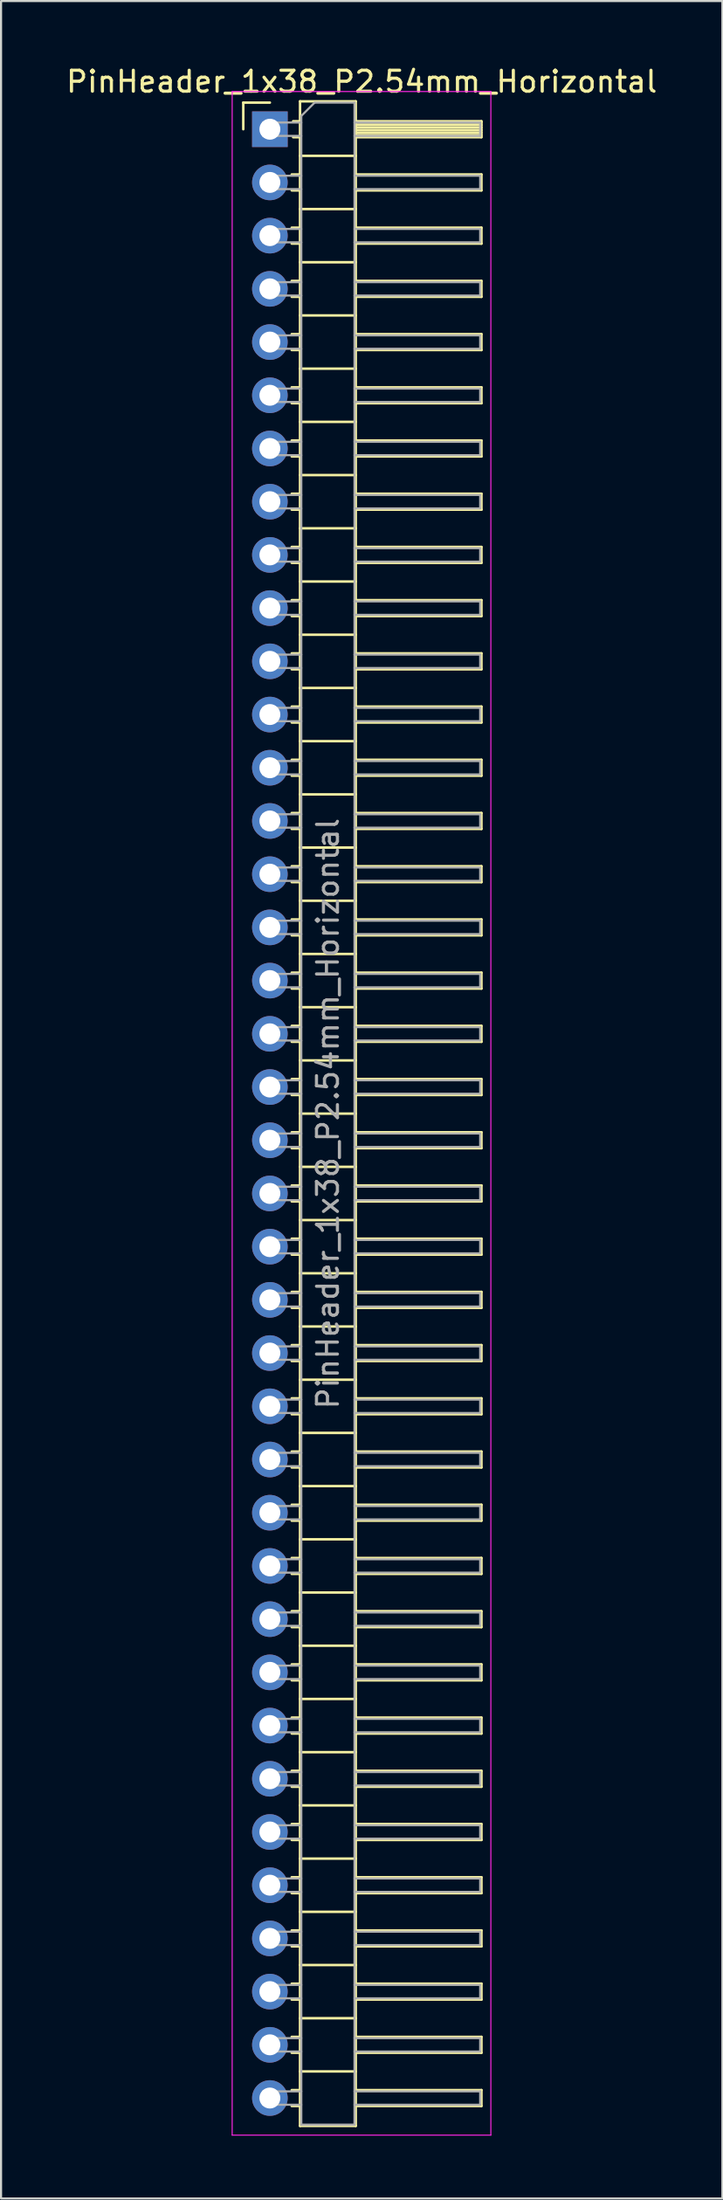
<source format=kicad_pcb>
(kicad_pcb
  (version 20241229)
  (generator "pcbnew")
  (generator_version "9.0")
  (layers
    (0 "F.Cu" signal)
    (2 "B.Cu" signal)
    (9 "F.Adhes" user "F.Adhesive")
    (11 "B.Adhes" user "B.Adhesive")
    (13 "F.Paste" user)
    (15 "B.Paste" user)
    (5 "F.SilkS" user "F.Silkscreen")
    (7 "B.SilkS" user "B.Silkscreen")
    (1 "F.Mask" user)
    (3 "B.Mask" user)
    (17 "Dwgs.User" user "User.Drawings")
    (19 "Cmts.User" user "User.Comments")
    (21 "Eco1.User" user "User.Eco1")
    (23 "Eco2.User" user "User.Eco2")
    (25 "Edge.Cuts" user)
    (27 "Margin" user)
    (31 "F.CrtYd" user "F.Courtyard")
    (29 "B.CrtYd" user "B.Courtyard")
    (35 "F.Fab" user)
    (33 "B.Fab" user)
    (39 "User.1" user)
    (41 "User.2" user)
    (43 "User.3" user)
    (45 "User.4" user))
  (footprint "PinHeader_1x38_P2.54mm_Horizontal"
    (layer "F.Cu")
    (at 9.835 3.118)
    (property "Reference" "PinHeader_1x38_P2.54mm_Horizontal" (at 4.385 -2.27 0) (layer "F.SilkS") (effects (font (size 1 1) (thickness 0.15))))
    (attr through_hole)
    (fp_line (start -1.27 -1.27) (end 0 -1.27) (stroke (width 0.12) (type solid)) (layer "F.SilkS"))
    (fp_line (start -1.27 0) (end -1.27 -1.27) (stroke (width 0.12) (type solid)) (layer "F.SilkS"))
    (fp_line (start 1.043 2.16) (end 1.44 2.16) (stroke (width 0.12) (type solid)) (layer "F.SilkS"))
    (fp_line (start 1.043 2.92) (end 1.44 2.92) (stroke (width 0.12) (type solid)) (layer "F.SilkS"))
    (fp_line (start 1.043 4.7) (end 1.44 4.7) (stroke (width 0.12) (type solid)) (layer "F.SilkS"))
    (fp_line (start 1.043 5.46) (end 1.44 5.46) (stroke (width 0.12) (type solid)) (layer "F.SilkS"))
    (fp_line (start 1.043 7.24) (end 1.44 7.24) (stroke (width 0.12) (type solid)) (layer "F.SilkS"))
    (fp_line (start 1.043 8) (end 1.44 8) (stroke (width 0.12) (type solid)) (layer "F.SilkS"))
    (fp_line (start 1.043 9.78) (end 1.44 9.78) (stroke (width 0.12) (type solid)) (layer "F.SilkS"))
    (fp_line (start 1.043 10.54) (end 1.44 10.54) (stroke (width 0.12) (type solid)) (layer "F.SilkS"))
    (fp_line (start 1.043 12.32) (end 1.44 12.32) (stroke (width 0.12) (type solid)) (layer "F.SilkS"))
    (fp_line (start 1.043 13.08) (end 1.44 13.08) (stroke (width 0.12) (type solid)) (layer "F.SilkS"))
    (fp_line (start 1.043 14.86) (end 1.44 14.86) (stroke (width 0.12) (type solid)) (layer "F.SilkS"))
    (fp_line (start 1.043 15.62) (end 1.44 15.62) (stroke (width 0.12) (type solid)) (layer "F.SilkS"))
    (fp_line (start 1.043 17.4) (end 1.44 17.4) (stroke (width 0.12) (type solid)) (layer "F.SilkS"))
    (fp_line (start 1.043 18.16) (end 1.44 18.16) (stroke (width 0.12) (type solid)) (layer "F.SilkS"))
    (fp_line (start 1.043 19.94) (end 1.44 19.94) (stroke (width 0.12) (type solid)) (layer "F.SilkS"))
    (fp_line (start 1.043 20.7) (end 1.44 20.7) (stroke (width 0.12) (type solid)) (layer "F.SilkS"))
    (fp_line (start 1.043 22.48) (end 1.44 22.48) (stroke (width 0.12) (type solid)) (layer "F.SilkS"))
    (fp_line (start 1.043 23.24) (end 1.44 23.24) (stroke (width 0.12) (type solid)) (layer "F.SilkS"))
    (fp_line (start 1.043 25.02) (end 1.44 25.02) (stroke (width 0.12) (type solid)) (layer "F.SilkS"))
    (fp_line (start 1.043 25.78) (end 1.44 25.78) (stroke (width 0.12) (type solid)) (layer "F.SilkS"))
    (fp_line (start 1.043 27.56) (end 1.44 27.56) (stroke (width 0.12) (type solid)) (layer "F.SilkS"))
    (fp_line (start 1.043 28.32) (end 1.44 28.32) (stroke (width 0.12) (type solid)) (layer "F.SilkS"))
    (fp_line (start 1.043 30.1) (end 1.44 30.1) (stroke (width 0.12) (type solid)) (layer "F.SilkS"))
    (fp_line (start 1.043 30.86) (end 1.44 30.86) (stroke (width 0.12) (type solid)) (layer "F.SilkS"))
    (fp_line (start 1.043 32.64) (end 1.44 32.64) (stroke (width 0.12) (type solid)) (layer "F.SilkS"))
    (fp_line (start 1.043 33.4) (end 1.44 33.4) (stroke (width 0.12) (type solid)) (layer "F.SilkS"))
    (fp_line (start 1.043 35.18) (end 1.44 35.18) (stroke (width 0.12) (type solid)) (layer "F.SilkS"))
    (fp_line (start 1.043 35.94) (end 1.44 35.94) (stroke (width 0.12) (type solid)) (layer "F.SilkS"))
    (fp_line (start 1.043 37.72) (end 1.44 37.72) (stroke (width 0.12) (type solid)) (layer "F.SilkS"))
    (fp_line (start 1.043 38.48) (end 1.44 38.48) (stroke (width 0.12) (type solid)) (layer "F.SilkS"))
    (fp_line (start 1.043 40.26) (end 1.44 40.26) (stroke (width 0.12) (type solid)) (layer "F.SilkS"))
    (fp_line (start 1.043 41.02) (end 1.44 41.02) (stroke (width 0.12) (type solid)) (layer "F.SilkS"))
    (fp_line (start 1.043 42.8) (end 1.44 42.8) (stroke (width 0.12) (type solid)) (layer "F.SilkS"))
    (fp_line (start 1.043 43.56) (end 1.44 43.56) (stroke (width 0.12) (type solid)) (layer "F.SilkS"))
    (fp_line (start 1.043 45.34) (end 1.44 45.34) (stroke (width 0.12) (type solid)) (layer "F.SilkS"))
    (fp_line (start 1.043 46.1) (end 1.44 46.1) (stroke (width 0.12) (type solid)) (layer "F.SilkS"))
    (fp_line (start 1.043 47.88) (end 1.44 47.88) (stroke (width 0.12) (type solid)) (layer "F.SilkS"))
    (fp_line (start 1.043 48.64) (end 1.44 48.64) (stroke (width 0.12) (type solid)) (layer "F.SilkS"))
    (fp_line (start 1.043 50.42) (end 1.44 50.42) (stroke (width 0.12) (type solid)) (layer "F.SilkS"))
    (fp_line (start 1.043 51.18) (end 1.44 51.18) (stroke (width 0.12) (type solid)) (layer "F.SilkS"))
    (fp_line (start 1.043 52.96) (end 1.44 52.96) (stroke (width 0.12) (type solid)) (layer "F.SilkS"))
    (fp_line (start 1.043 53.72) (end 1.44 53.72) (stroke (width 0.12) (type solid)) (layer "F.SilkS"))
    (fp_line (start 1.043 55.5) (end 1.44 55.5) (stroke (width 0.12) (type solid)) (layer "F.SilkS"))
    (fp_line (start 1.043 56.26) (end 1.44 56.26) (stroke (width 0.12) (type solid)) (layer "F.SilkS"))
    (fp_line (start 1.043 58.04) (end 1.44 58.04) (stroke (width 0.12) (type solid)) (layer "F.SilkS"))
    (fp_line (start 1.043 58.8) (end 1.44 58.8) (stroke (width 0.12) (type solid)) (layer "F.SilkS"))
    (fp_line (start 1.043 60.58) (end 1.44 60.58) (stroke (width 0.12) (type solid)) (layer "F.SilkS"))
    (fp_line (start 1.043 61.34) (end 1.44 61.34) (stroke (width 0.12) (type solid)) (layer "F.SilkS"))
    (fp_line (start 1.043 63.12) (end 1.44 63.12) (stroke (width 0.12) (type solid)) (layer "F.SilkS"))
    (fp_line (start 1.043 63.88) (end 1.44 63.88) (stroke (width 0.12) (type solid)) (layer "F.SilkS"))
    (fp_line (start 1.043 65.66) (end 1.44 65.66) (stroke (width 0.12) (type solid)) (layer "F.SilkS"))
    (fp_line (start 1.043 66.42) (end 1.44 66.42) (stroke (width 0.12) (type solid)) (layer "F.SilkS"))
    (fp_line (start 1.043 68.2) (end 1.44 68.2) (stroke (width 0.12) (type solid)) (layer "F.SilkS"))
    (fp_line (start 1.043 68.96) (end 1.44 68.96) (stroke (width 0.12) (type solid)) (layer "F.SilkS"))
    (fp_line (start 1.043 70.74) (end 1.44 70.74) (stroke (width 0.12) (type solid)) (layer "F.SilkS"))
    (fp_line (start 1.043 71.5) (end 1.44 71.5) (stroke (width 0.12) (type solid)) (layer "F.SilkS"))
    (fp_line (start 1.043 73.28) (end 1.44 73.28) (stroke (width 0.12) (type solid)) (layer "F.SilkS"))
    (fp_line (start 1.043 74.04) (end 1.44 74.04) (stroke (width 0.12) (type solid)) (layer "F.SilkS"))
    (fp_line (start 1.043 75.82) (end 1.44 75.82) (stroke (width 0.12) (type solid)) (layer "F.SilkS"))
    (fp_line (start 1.043 76.58) (end 1.44 76.58) (stroke (width 0.12) (type solid)) (layer "F.SilkS"))
    (fp_line (start 1.043 78.36) (end 1.44 78.36) (stroke (width 0.12) (type solid)) (layer "F.SilkS"))
    (fp_line (start 1.043 79.12) (end 1.44 79.12) (stroke (width 0.12) (type solid)) (layer "F.SilkS"))
    (fp_line (start 1.043 80.9) (end 1.44 80.9) (stroke (width 0.12) (type solid)) (layer "F.SilkS"))
    (fp_line (start 1.043 81.66) (end 1.44 81.66) (stroke (width 0.12) (type solid)) (layer "F.SilkS"))
    (fp_line (start 1.043 83.44) (end 1.44 83.44) (stroke (width 0.12) (type solid)) (layer "F.SilkS"))
    (fp_line (start 1.043 84.2) (end 1.44 84.2) (stroke (width 0.12) (type solid)) (layer "F.SilkS"))
    (fp_line (start 1.043 85.98) (end 1.44 85.98) (stroke (width 0.12) (type solid)) (layer "F.SilkS"))
    (fp_line (start 1.043 86.74) (end 1.44 86.74) (stroke (width 0.12) (type solid)) (layer "F.SilkS"))
    (fp_line (start 1.043 88.52) (end 1.44 88.52) (stroke (width 0.12) (type solid)) (layer "F.SilkS"))
    (fp_line (start 1.043 89.28) (end 1.44 89.28) (stroke (width 0.12) (type solid)) (layer "F.SilkS"))
    (fp_line (start 1.043 91.06) (end 1.44 91.06) (stroke (width 0.12) (type solid)) (layer "F.SilkS"))
    (fp_line (start 1.043 91.82) (end 1.44 91.82) (stroke (width 0.12) (type solid)) (layer "F.SilkS"))
    (fp_line (start 1.043 93.6) (end 1.44 93.6) (stroke (width 0.12) (type solid)) (layer "F.SilkS"))
    (fp_line (start 1.043 94.36) (end 1.44 94.36) (stroke (width 0.12) (type solid)) (layer "F.SilkS"))
    (fp_line (start 1.11 -0.38) (end 1.44 -0.38) (stroke (width 0.12) (type solid)) (layer "F.SilkS"))
    (fp_line (start 1.11 0.38) (end 1.44 0.38) (stroke (width 0.12) (type solid)) (layer "F.SilkS"))
    (fp_line (start 1.44 -1.33) (end 1.44 95.31) (stroke (width 0.12) (type solid)) (layer "F.SilkS"))
    (fp_line (start 1.44 1.27) (end 4.1 1.27) (stroke (width 0.12) (type solid)) (layer "F.SilkS"))
    (fp_line (start 1.44 3.81) (end 4.1 3.81) (stroke (width 0.12) (type solid)) (layer "F.SilkS"))
    (fp_line (start 1.44 6.35) (end 4.1 6.35) (stroke (width 0.12) (type solid)) (layer "F.SilkS"))
    (fp_line (start 1.44 8.89) (end 4.1 8.89) (stroke (width 0.12) (type solid)) (layer "F.SilkS"))
    (fp_line (start 1.44 11.43) (end 4.1 11.43) (stroke (width 0.12) (type solid)) (layer "F.SilkS"))
    (fp_line (start 1.44 13.97) (end 4.1 13.97) (stroke (width 0.12) (type solid)) (layer "F.SilkS"))
    (fp_line (start 1.44 16.51) (end 4.1 16.51) (stroke (width 0.12) (type solid)) (layer "F.SilkS"))
    (fp_line (start 1.44 19.05) (end 4.1 19.05) (stroke (width 0.12) (type solid)) (layer "F.SilkS"))
    (fp_line (start 1.44 21.59) (end 4.1 21.59) (stroke (width 0.12) (type solid)) (layer "F.SilkS"))
    (fp_line (start 1.44 24.13) (end 4.1 24.13) (stroke (width 0.12) (type solid)) (layer "F.SilkS"))
    (fp_line (start 1.44 26.67) (end 4.1 26.67) (stroke (width 0.12) (type solid)) (layer "F.SilkS"))
    (fp_line (start 1.44 29.21) (end 4.1 29.21) (stroke (width 0.12) (type solid)) (layer "F.SilkS"))
    (fp_line (start 1.44 31.75) (end 4.1 31.75) (stroke (width 0.12) (type solid)) (layer "F.SilkS"))
    (fp_line (start 1.44 34.29) (end 4.1 34.29) (stroke (width 0.12) (type solid)) (layer "F.SilkS"))
    (fp_line (start 1.44 36.83) (end 4.1 36.83) (stroke (width 0.12) (type solid)) (layer "F.SilkS"))
    (fp_line (start 1.44 39.37) (end 4.1 39.37) (stroke (width 0.12) (type solid)) (layer "F.SilkS"))
    (fp_line (start 1.44 41.91) (end 4.1 41.91) (stroke (width 0.12) (type solid)) (layer "F.SilkS"))
    (fp_line (start 1.44 44.45) (end 4.1 44.45) (stroke (width 0.12) (type solid)) (layer "F.SilkS"))
    (fp_line (start 1.44 46.99) (end 4.1 46.99) (stroke (width 0.12) (type solid)) (layer "F.SilkS"))
    (fp_line (start 1.44 49.53) (end 4.1 49.53) (stroke (width 0.12) (type solid)) (layer "F.SilkS"))
    (fp_line (start 1.44 52.07) (end 4.1 52.07) (stroke (width 0.12) (type solid)) (layer "F.SilkS"))
    (fp_line (start 1.44 54.61) (end 4.1 54.61) (stroke (width 0.12) (type solid)) (layer "F.SilkS"))
    (fp_line (start 1.44 57.15) (end 4.1 57.15) (stroke (width 0.12) (type solid)) (layer "F.SilkS"))
    (fp_line (start 1.44 59.69) (end 4.1 59.69) (stroke (width 0.12) (type solid)) (layer "F.SilkS"))
    (fp_line (start 1.44 62.23) (end 4.1 62.23) (stroke (width 0.12) (type solid)) (layer "F.SilkS"))
    (fp_line (start 1.44 64.77) (end 4.1 64.77) (stroke (width 0.12) (type solid)) (layer "F.SilkS"))
    (fp_line (start 1.44 67.31) (end 4.1 67.31) (stroke (width 0.12) (type solid)) (layer "F.SilkS"))
    (fp_line (start 1.44 69.85) (end 4.1 69.85) (stroke (width 0.12) (type solid)) (layer "F.SilkS"))
    (fp_line (start 1.44 72.39) (end 4.1 72.39) (stroke (width 0.12) (type solid)) (layer "F.SilkS"))
    (fp_line (start 1.44 74.93) (end 4.1 74.93) (stroke (width 0.12) (type solid)) (layer "F.SilkS"))
    (fp_line (start 1.44 77.47) (end 4.1 77.47) (stroke (width 0.12) (type solid)) (layer "F.SilkS"))
    (fp_line (start 1.44 80.01) (end 4.1 80.01) (stroke (width 0.12) (type solid)) (layer "F.SilkS"))
    (fp_line (start 1.44 82.55) (end 4.1 82.55) (stroke (width 0.12) (type solid)) (layer "F.SilkS"))
    (fp_line (start 1.44 85.09) (end 4.1 85.09) (stroke (width 0.12) (type solid)) (layer "F.SilkS"))
    (fp_line (start 1.44 87.63) (end 4.1 87.63) (stroke (width 0.12) (type solid)) (layer "F.SilkS"))
    (fp_line (start 1.44 90.17) (end 4.1 90.17) (stroke (width 0.12) (type solid)) (layer "F.SilkS"))
    (fp_line (start 1.44 92.71) (end 4.1 92.71) (stroke (width 0.12) (type solid)) (layer "F.SilkS"))
    (fp_line (start 1.44 95.31) (end 4.1 95.31) (stroke (width 0.12) (type solid)) (layer "F.SilkS"))
    (fp_line (start 4.1 -1.33) (end 1.44 -1.33) (stroke (width 0.12) (type solid)) (layer "F.SilkS"))
    (fp_line (start 4.1 -0.38) (end 10.1 -0.38) (stroke (width 0.12) (type solid)) (layer "F.SilkS"))
    (fp_line (start 4.1 -0.32) (end 10.1 -0.32) (stroke (width 0.12) (type solid)) (layer "F.SilkS"))
    (fp_line (start 4.1 -0.2) (end 10.1 -0.2) (stroke (width 0.12) (type solid)) (layer "F.SilkS"))
    (fp_line (start 4.1 -0.08) (end 10.1 -0.08) (stroke (width 0.12) (type solid)) (layer "F.SilkS"))
    (fp_line (start 4.1 0.04) (end 10.1 0.04) (stroke (width 0.12) (type solid)) (layer "F.SilkS"))
    (fp_line (start 4.1 0.16) (end 10.1 0.16) (stroke (width 0.12) (type solid)) (layer "F.SilkS"))
    (fp_line (start 4.1 0.28) (end 10.1 0.28) (stroke (width 0.12) (type solid)) (layer "F.SilkS"))
    (fp_line (start 4.1 2.16) (end 10.1 2.16) (stroke (width 0.12) (type solid)) (layer "F.SilkS"))
    (fp_line (start 4.1 4.7) (end 10.1 4.7) (stroke (width 0.12) (type solid)) (layer "F.SilkS"))
    (fp_line (start 4.1 7.24) (end 10.1 7.24) (stroke (width 0.12) (type solid)) (layer "F.SilkS"))
    (fp_line (start 4.1 9.78) (end 10.1 9.78) (stroke (width 0.12) (type solid)) (layer "F.SilkS"))
    (fp_line (start 4.1 12.32) (end 10.1 12.32) (stroke (width 0.12) (type solid)) (layer "F.SilkS"))
    (fp_line (start 4.1 14.86) (end 10.1 14.86) (stroke (width 0.12) (type solid)) (layer "F.SilkS"))
    (fp_line (start 4.1 17.4) (end 10.1 17.4) (stroke (width 0.12) (type solid)) (layer "F.SilkS"))
    (fp_line (start 4.1 19.94) (end 10.1 19.94) (stroke (width 0.12) (type solid)) (layer "F.SilkS"))
    (fp_line (start 4.1 22.48) (end 10.1 22.48) (stroke (width 0.12) (type solid)) (layer "F.SilkS"))
    (fp_line (start 4.1 25.02) (end 10.1 25.02) (stroke (width 0.12) (type solid)) (layer "F.SilkS"))
    (fp_line (start 4.1 27.56) (end 10.1 27.56) (stroke (width 0.12) (type solid)) (layer "F.SilkS"))
    (fp_line (start 4.1 30.1) (end 10.1 30.1) (stroke (width 0.12) (type solid)) (layer "F.SilkS"))
    (fp_line (start 4.1 32.64) (end 10.1 32.64) (stroke (width 0.12) (type solid)) (layer "F.SilkS"))
    (fp_line (start 4.1 35.18) (end 10.1 35.18) (stroke (width 0.12) (type solid)) (layer "F.SilkS"))
    (fp_line (start 4.1 37.72) (end 10.1 37.72) (stroke (width 0.12) (type solid)) (layer "F.SilkS"))
    (fp_line (start 4.1 40.26) (end 10.1 40.26) (stroke (width 0.12) (type solid)) (layer "F.SilkS"))
    (fp_line (start 4.1 42.8) (end 10.1 42.8) (stroke (width 0.12) (type solid)) (layer "F.SilkS"))
    (fp_line (start 4.1 45.34) (end 10.1 45.34) (stroke (width 0.12) (type solid)) (layer "F.SilkS"))
    (fp_line (start 4.1 47.88) (end 10.1 47.88) (stroke (width 0.12) (type solid)) (layer "F.SilkS"))
    (fp_line (start 4.1 50.42) (end 10.1 50.42) (stroke (width 0.12) (type solid)) (layer "F.SilkS"))
    (fp_line (start 4.1 52.96) (end 10.1 52.96) (stroke (width 0.12) (type solid)) (layer "F.SilkS"))
    (fp_line (start 4.1 55.5) (end 10.1 55.5) (stroke (width 0.12) (type solid)) (layer "F.SilkS"))
    (fp_line (start 4.1 58.04) (end 10.1 58.04) (stroke (width 0.12) (type solid)) (layer "F.SilkS"))
    (fp_line (start 4.1 60.58) (end 10.1 60.58) (stroke (width 0.12) (type solid)) (layer "F.SilkS"))
    (fp_line (start 4.1 63.12) (end 10.1 63.12) (stroke (width 0.12) (type solid)) (layer "F.SilkS"))
    (fp_line (start 4.1 65.66) (end 10.1 65.66) (stroke (width 0.12) (type solid)) (layer "F.SilkS"))
    (fp_line (start 4.1 68.2) (end 10.1 68.2) (stroke (width 0.12) (type solid)) (layer "F.SilkS"))
    (fp_line (start 4.1 70.74) (end 10.1 70.74) (stroke (width 0.12) (type solid)) (layer "F.SilkS"))
    (fp_line (start 4.1 73.28) (end 10.1 73.28) (stroke (width 0.12) (type solid)) (layer "F.SilkS"))
    (fp_line (start 4.1 75.82) (end 10.1 75.82) (stroke (width 0.12) (type solid)) (layer "F.SilkS"))
    (fp_line (start 4.1 78.36) (end 10.1 78.36) (stroke (width 0.12) (type solid)) (layer "F.SilkS"))
    (fp_line (start 4.1 80.9) (end 10.1 80.9) (stroke (width 0.12) (type solid)) (layer "F.SilkS"))
    (fp_line (start 4.1 83.44) (end 10.1 83.44) (stroke (width 0.12) (type solid)) (layer "F.SilkS"))
    (fp_line (start 4.1 85.98) (end 10.1 85.98) (stroke (width 0.12) (type solid)) (layer "F.SilkS"))
    (fp_line (start 4.1 88.52) (end 10.1 88.52) (stroke (width 0.12) (type solid)) (layer "F.SilkS"))
    (fp_line (start 4.1 91.06) (end 10.1 91.06) (stroke (width 0.12) (type solid)) (layer "F.SilkS"))
    (fp_line (start 4.1 93.6) (end 10.1 93.6) (stroke (width 0.12) (type solid)) (layer "F.SilkS"))
    (fp_line (start 4.1 95.31) (end 4.1 -1.33) (stroke (width 0.12) (type solid)) (layer "F.SilkS"))
    (fp_line (start 10.1 -0.38) (end 10.1 0.38) (stroke (width 0.12) (type solid)) (layer "F.SilkS"))
    (fp_line (start 10.1 0.38) (end 4.1 0.38) (stroke (width 0.12) (type solid)) (layer "F.SilkS"))
    (fp_line (start 10.1 2.16) (end 10.1 2.92) (stroke (width 0.12) (type solid)) (layer "F.SilkS"))
    (fp_line (start 10.1 2.92) (end 4.1 2.92) (stroke (width 0.12) (type solid)) (layer "F.SilkS"))
    (fp_line (start 10.1 4.7) (end 10.1 5.46) (stroke (width 0.12) (type solid)) (layer "F.SilkS"))
    (fp_line (start 10.1 5.46) (end 4.1 5.46) (stroke (width 0.12) (type solid)) (layer "F.SilkS"))
    (fp_line (start 10.1 7.24) (end 10.1 8) (stroke (width 0.12) (type solid)) (layer "F.SilkS"))
    (fp_line (start 10.1 8) (end 4.1 8) (stroke (width 0.12) (type solid)) (layer "F.SilkS"))
    (fp_line (start 10.1 9.78) (end 10.1 10.54) (stroke (width 0.12) (type solid)) (layer "F.SilkS"))
    (fp_line (start 10.1 10.54) (end 4.1 10.54) (stroke (width 0.12) (type solid)) (layer "F.SilkS"))
    (fp_line (start 10.1 12.32) (end 10.1 13.08) (stroke (width 0.12) (type solid)) (layer "F.SilkS"))
    (fp_line (start 10.1 13.08) (end 4.1 13.08) (stroke (width 0.12) (type solid)) (layer "F.SilkS"))
    (fp_line (start 10.1 14.86) (end 10.1 15.62) (stroke (width 0.12) (type solid)) (layer "F.SilkS"))
    (fp_line (start 10.1 15.62) (end 4.1 15.62) (stroke (width 0.12) (type solid)) (layer "F.SilkS"))
    (fp_line (start 10.1 17.4) (end 10.1 18.16) (stroke (width 0.12) (type solid)) (layer "F.SilkS"))
    (fp_line (start 10.1 18.16) (end 4.1 18.16) (stroke (width 0.12) (type solid)) (layer "F.SilkS"))
    (fp_line (start 10.1 19.94) (end 10.1 20.7) (stroke (width 0.12) (type solid)) (layer "F.SilkS"))
    (fp_line (start 10.1 20.7) (end 4.1 20.7) (stroke (width 0.12) (type solid)) (layer "F.SilkS"))
    (fp_line (start 10.1 22.48) (end 10.1 23.24) (stroke (width 0.12) (type solid)) (layer "F.SilkS"))
    (fp_line (start 10.1 23.24) (end 4.1 23.24) (stroke (width 0.12) (type solid)) (layer "F.SilkS"))
    (fp_line (start 10.1 25.02) (end 10.1 25.78) (stroke (width 0.12) (type solid)) (layer "F.SilkS"))
    (fp_line (start 10.1 25.78) (end 4.1 25.78) (stroke (width 0.12) (type solid)) (layer "F.SilkS"))
    (fp_line (start 10.1 27.56) (end 10.1 28.32) (stroke (width 0.12) (type solid)) (layer "F.SilkS"))
    (fp_line (start 10.1 28.32) (end 4.1 28.32) (stroke (width 0.12) (type solid)) (layer "F.SilkS"))
    (fp_line (start 10.1 30.1) (end 10.1 30.86) (stroke (width 0.12) (type solid)) (layer "F.SilkS"))
    (fp_line (start 10.1 30.86) (end 4.1 30.86) (stroke (width 0.12) (type solid)) (layer "F.SilkS"))
    (fp_line (start 10.1 32.64) (end 10.1 33.4) (stroke (width 0.12) (type solid)) (layer "F.SilkS"))
    (fp_line (start 10.1 33.4) (end 4.1 33.4) (stroke (width 0.12) (type solid)) (layer "F.SilkS"))
    (fp_line (start 10.1 35.18) (end 10.1 35.94) (stroke (width 0.12) (type solid)) (layer "F.SilkS"))
    (fp_line (start 10.1 35.94) (end 4.1 35.94) (stroke (width 0.12) (type solid)) (layer "F.SilkS"))
    (fp_line (start 10.1 37.72) (end 10.1 38.48) (stroke (width 0.12) (type solid)) (layer "F.SilkS"))
    (fp_line (start 10.1 38.48) (end 4.1 38.48) (stroke (width 0.12) (type solid)) (layer "F.SilkS"))
    (fp_line (start 10.1 40.26) (end 10.1 41.02) (stroke (width 0.12) (type solid)) (layer "F.SilkS"))
    (fp_line (start 10.1 41.02) (end 4.1 41.02) (stroke (width 0.12) (type solid)) (layer "F.SilkS"))
    (fp_line (start 10.1 42.8) (end 10.1 43.56) (stroke (width 0.12) (type solid)) (layer "F.SilkS"))
    (fp_line (start 10.1 43.56) (end 4.1 43.56) (stroke (width 0.12) (type solid)) (layer "F.SilkS"))
    (fp_line (start 10.1 45.34) (end 10.1 46.1) (stroke (width 0.12) (type solid)) (layer "F.SilkS"))
    (fp_line (start 10.1 46.1) (end 4.1 46.1) (stroke (width 0.12) (type solid)) (layer "F.SilkS"))
    (fp_line (start 10.1 47.88) (end 10.1 48.64) (stroke (width 0.12) (type solid)) (layer "F.SilkS"))
    (fp_line (start 10.1 48.64) (end 4.1 48.64) (stroke (width 0.12) (type solid)) (layer "F.SilkS"))
    (fp_line (start 10.1 50.42) (end 10.1 51.18) (stroke (width 0.12) (type solid)) (layer "F.SilkS"))
    (fp_line (start 10.1 51.18) (end 4.1 51.18) (stroke (width 0.12) (type solid)) (layer "F.SilkS"))
    (fp_line (start 10.1 52.96) (end 10.1 53.72) (stroke (width 0.12) (type solid)) (layer "F.SilkS"))
    (fp_line (start 10.1 53.72) (end 4.1 53.72) (stroke (width 0.12) (type solid)) (layer "F.SilkS"))
    (fp_line (start 10.1 55.5) (end 10.1 56.26) (stroke (width 0.12) (type solid)) (layer "F.SilkS"))
    (fp_line (start 10.1 56.26) (end 4.1 56.26) (stroke (width 0.12) (type solid)) (layer "F.SilkS"))
    (fp_line (start 10.1 58.04) (end 10.1 58.8) (stroke (width 0.12) (type solid)) (layer "F.SilkS"))
    (fp_line (start 10.1 58.8) (end 4.1 58.8) (stroke (width 0.12) (type solid)) (layer "F.SilkS"))
    (fp_line (start 10.1 60.58) (end 10.1 61.34) (stroke (width 0.12) (type solid)) (layer "F.SilkS"))
    (fp_line (start 10.1 61.34) (end 4.1 61.34) (stroke (width 0.12) (type solid)) (layer "F.SilkS"))
    (fp_line (start 10.1 63.12) (end 10.1 63.88) (stroke (width 0.12) (type solid)) (layer "F.SilkS"))
    (fp_line (start 10.1 63.88) (end 4.1 63.88) (stroke (width 0.12) (type solid)) (layer "F.SilkS"))
    (fp_line (start 10.1 65.66) (end 10.1 66.42) (stroke (width 0.12) (type solid)) (layer "F.SilkS"))
    (fp_line (start 10.1 66.42) (end 4.1 66.42) (stroke (width 0.12) (type solid)) (layer "F.SilkS"))
    (fp_line (start 10.1 68.2) (end 10.1 68.96) (stroke (width 0.12) (type solid)) (layer "F.SilkS"))
    (fp_line (start 10.1 68.96) (end 4.1 68.96) (stroke (width 0.12) (type solid)) (layer "F.SilkS"))
    (fp_line (start 10.1 70.74) (end 10.1 71.5) (stroke (width 0.12) (type solid)) (layer "F.SilkS"))
    (fp_line (start 10.1 71.5) (end 4.1 71.5) (stroke (width 0.12) (type solid)) (layer "F.SilkS"))
    (fp_line (start 10.1 73.28) (end 10.1 74.04) (stroke (width 0.12) (type solid)) (layer "F.SilkS"))
    (fp_line (start 10.1 74.04) (end 4.1 74.04) (stroke (width 0.12) (type solid)) (layer "F.SilkS"))
    (fp_line (start 10.1 75.82) (end 10.1 76.58) (stroke (width 0.12) (type solid)) (layer "F.SilkS"))
    (fp_line (start 10.1 76.58) (end 4.1 76.58) (stroke (width 0.12) (type solid)) (layer "F.SilkS"))
    (fp_line (start 10.1 78.36) (end 10.1 79.12) (stroke (width 0.12) (type solid)) (layer "F.SilkS"))
    (fp_line (start 10.1 79.12) (end 4.1 79.12) (stroke (width 0.12) (type solid)) (layer "F.SilkS"))
    (fp_line (start 10.1 80.9) (end 10.1 81.66) (stroke (width 0.12) (type solid)) (layer "F.SilkS"))
    (fp_line (start 10.1 81.66) (end 4.1 81.66) (stroke (width 0.12) (type solid)) (layer "F.SilkS"))
    (fp_line (start 10.1 83.44) (end 10.1 84.2) (stroke (width 0.12) (type solid)) (layer "F.SilkS"))
    (fp_line (start 10.1 84.2) (end 4.1 84.2) (stroke (width 0.12) (type solid)) (layer "F.SilkS"))
    (fp_line (start 10.1 85.98) (end 10.1 86.74) (stroke (width 0.12) (type solid)) (layer "F.SilkS"))
    (fp_line (start 10.1 86.74) (end 4.1 86.74) (stroke (width 0.12) (type solid)) (layer "F.SilkS"))
    (fp_line (start 10.1 88.52) (end 10.1 89.28) (stroke (width 0.12) (type solid)) (layer "F.SilkS"))
    (fp_line (start 10.1 89.28) (end 4.1 89.28) (stroke (width 0.12) (type solid)) (layer "F.SilkS"))
    (fp_line (start 10.1 91.06) (end 10.1 91.82) (stroke (width 0.12) (type solid)) (layer "F.SilkS"))
    (fp_line (start 10.1 91.82) (end 4.1 91.82) (stroke (width 0.12) (type solid)) (layer "F.SilkS"))
    (fp_line (start 10.1 93.6) (end 10.1 94.36) (stroke (width 0.12) (type solid)) (layer "F.SilkS"))
    (fp_line (start 10.1 94.36) (end 4.1 94.36) (stroke (width 0.12) (type solid)) (layer "F.SilkS"))
    (fp_line (start -1.8 -1.8) (end -1.8 95.75) (stroke (width 0.05) (type solid)) (layer "F.CrtYd"))
    (fp_line (start -1.8 95.75) (end 10.55 95.75) (stroke (width 0.05) (type solid)) (layer "F.CrtYd"))
    (fp_line (start 10.55 -1.8) (end -1.8 -1.8) (stroke (width 0.05) (type solid)) (layer "F.CrtYd"))
    (fp_line (start 10.55 95.75) (end 10.55 -1.8) (stroke (width 0.05) (type solid)) (layer "F.CrtYd"))
    (fp_line (start -0.32 -0.32) (end -0.32 0.32) (stroke (width 0.1) (type solid)) (layer "F.Fab"))
    (fp_line (start -0.32 -0.32) (end 1.5 -0.32) (stroke (width 0.1) (type solid)) (layer "F.Fab"))
    (fp_line (start -0.32 0.32) (end 1.5 0.32) (stroke (width 0.1) (type solid)) (layer "F.Fab"))
    (fp_line (start -0.32 2.22) (end -0.32 2.86) (stroke (width 0.1) (type solid)) (layer "F.Fab"))
    (fp_line (start -0.32 2.22) (end 1.5 2.22) (stroke (width 0.1) (type solid)) (layer "F.Fab"))
    (fp_line (start -0.32 2.86) (end 1.5 2.86) (stroke (width 0.1) (type solid)) (layer "F.Fab"))
    (fp_line (start -0.32 4.76) (end -0.32 5.4) (stroke (width 0.1) (type solid)) (layer "F.Fab"))
    (fp_line (start -0.32 4.76) (end 1.5 4.76) (stroke (width 0.1) (type solid)) (layer "F.Fab"))
    (fp_line (start -0.32 5.4) (end 1.5 5.4) (stroke (width 0.1) (type solid)) (layer "F.Fab"))
    (fp_line (start -0.32 7.3) (end -0.32 7.94) (stroke (width 0.1) (type solid)) (layer "F.Fab"))
    (fp_line (start -0.32 7.3) (end 1.5 7.3) (stroke (width 0.1) (type solid)) (layer "F.Fab"))
    (fp_line (start -0.32 7.94) (end 1.5 7.94) (stroke (width 0.1) (type solid)) (layer "F.Fab"))
    (fp_line (start -0.32 9.84) (end -0.32 10.48) (stroke (width 0.1) (type solid)) (layer "F.Fab"))
    (fp_line (start -0.32 9.84) (end 1.5 9.84) (stroke (width 0.1) (type solid)) (layer "F.Fab"))
    (fp_line (start -0.32 10.48) (end 1.5 10.48) (stroke (width 0.1) (type solid)) (layer "F.Fab"))
    (fp_line (start -0.32 12.38) (end -0.32 13.02) (stroke (width 0.1) (type solid)) (layer "F.Fab"))
    (fp_line (start -0.32 12.38) (end 1.5 12.38) (stroke (width 0.1) (type solid)) (layer "F.Fab"))
    (fp_line (start -0.32 13.02) (end 1.5 13.02) (stroke (width 0.1) (type solid)) (layer "F.Fab"))
    (fp_line (start -0.32 14.92) (end -0.32 15.56) (stroke (width 0.1) (type solid)) (layer "F.Fab"))
    (fp_line (start -0.32 14.92) (end 1.5 14.92) (stroke (width 0.1) (type solid)) (layer "F.Fab"))
    (fp_line (start -0.32 15.56) (end 1.5 15.56) (stroke (width 0.1) (type solid)) (layer "F.Fab"))
    (fp_line (start -0.32 17.46) (end -0.32 18.1) (stroke (width 0.1) (type solid)) (layer "F.Fab"))
    (fp_line (start -0.32 17.46) (end 1.5 17.46) (stroke (width 0.1) (type solid)) (layer "F.Fab"))
    (fp_line (start -0.32 18.1) (end 1.5 18.1) (stroke (width 0.1) (type solid)) (layer "F.Fab"))
    (fp_line (start -0.32 20) (end -0.32 20.64) (stroke (width 0.1) (type solid)) (layer "F.Fab"))
    (fp_line (start -0.32 20) (end 1.5 20) (stroke (width 0.1) (type solid)) (layer "F.Fab"))
    (fp_line (start -0.32 20.64) (end 1.5 20.64) (stroke (width 0.1) (type solid)) (layer "F.Fab"))
    (fp_line (start -0.32 22.54) (end -0.32 23.18) (stroke (width 0.1) (type solid)) (layer "F.Fab"))
    (fp_line (start -0.32 22.54) (end 1.5 22.54) (stroke (width 0.1) (type solid)) (layer "F.Fab"))
    (fp_line (start -0.32 23.18) (end 1.5 23.18) (stroke (width 0.1) (type solid)) (layer "F.Fab"))
    (fp_line (start -0.32 25.08) (end -0.32 25.72) (stroke (width 0.1) (type solid)) (layer "F.Fab"))
    (fp_line (start -0.32 25.08) (end 1.5 25.08) (stroke (width 0.1) (type solid)) (layer "F.Fab"))
    (fp_line (start -0.32 25.72) (end 1.5 25.72) (stroke (width 0.1) (type solid)) (layer "F.Fab"))
    (fp_line (start -0.32 27.62) (end -0.32 28.26) (stroke (width 0.1) (type solid)) (layer "F.Fab"))
    (fp_line (start -0.32 27.62) (end 1.5 27.62) (stroke (width 0.1) (type solid)) (layer "F.Fab"))
    (fp_line (start -0.32 28.26) (end 1.5 28.26) (stroke (width 0.1) (type solid)) (layer "F.Fab"))
    (fp_line (start -0.32 30.16) (end -0.32 30.8) (stroke (width 0.1) (type solid)) (layer "F.Fab"))
    (fp_line (start -0.32 30.16) (end 1.5 30.16) (stroke (width 0.1) (type solid)) (layer "F.Fab"))
    (fp_line (start -0.32 30.8) (end 1.5 30.8) (stroke (width 0.1) (type solid)) (layer "F.Fab"))
    (fp_line (start -0.32 32.7) (end -0.32 33.34) (stroke (width 0.1) (type solid)) (layer "F.Fab"))
    (fp_line (start -0.32 32.7) (end 1.5 32.7) (stroke (width 0.1) (type solid)) (layer "F.Fab"))
    (fp_line (start -0.32 33.34) (end 1.5 33.34) (stroke (width 0.1) (type solid)) (layer "F.Fab"))
    (fp_line (start -0.32 35.24) (end -0.32 35.88) (stroke (width 0.1) (type solid)) (layer "F.Fab"))
    (fp_line (start -0.32 35.24) (end 1.5 35.24) (stroke (width 0.1) (type solid)) (layer "F.Fab"))
    (fp_line (start -0.32 35.88) (end 1.5 35.88) (stroke (width 0.1) (type solid)) (layer "F.Fab"))
    (fp_line (start -0.32 37.78) (end -0.32 38.42) (stroke (width 0.1) (type solid)) (layer "F.Fab"))
    (fp_line (start -0.32 37.78) (end 1.5 37.78) (stroke (width 0.1) (type solid)) (layer "F.Fab"))
    (fp_line (start -0.32 38.42) (end 1.5 38.42) (stroke (width 0.1) (type solid)) (layer "F.Fab"))
    (fp_line (start -0.32 40.32) (end -0.32 40.96) (stroke (width 0.1) (type solid)) (layer "F.Fab"))
    (fp_line (start -0.32 40.32) (end 1.5 40.32) (stroke (width 0.1) (type solid)) (layer "F.Fab"))
    (fp_line (start -0.32 40.96) (end 1.5 40.96) (stroke (width 0.1) (type solid)) (layer "F.Fab"))
    (fp_line (start -0.32 42.86) (end -0.32 43.5) (stroke (width 0.1) (type solid)) (layer "F.Fab"))
    (fp_line (start -0.32 42.86) (end 1.5 42.86) (stroke (width 0.1) (type solid)) (layer "F.Fab"))
    (fp_line (start -0.32 43.5) (end 1.5 43.5) (stroke (width 0.1) (type solid)) (layer "F.Fab"))
    (fp_line (start -0.32 45.4) (end -0.32 46.04) (stroke (width 0.1) (type solid)) (layer "F.Fab"))
    (fp_line (start -0.32 45.4) (end 1.5 45.4) (stroke (width 0.1) (type solid)) (layer "F.Fab"))
    (fp_line (start -0.32 46.04) (end 1.5 46.04) (stroke (width 0.1) (type solid)) (layer "F.Fab"))
    (fp_line (start -0.32 47.94) (end -0.32 48.58) (stroke (width 0.1) (type solid)) (layer "F.Fab"))
    (fp_line (start -0.32 47.94) (end 1.5 47.94) (stroke (width 0.1) (type solid)) (layer "F.Fab"))
    (fp_line (start -0.32 48.58) (end 1.5 48.58) (stroke (width 0.1) (type solid)) (layer "F.Fab"))
    (fp_line (start -0.32 50.48) (end -0.32 51.12) (stroke (width 0.1) (type solid)) (layer "F.Fab"))
    (fp_line (start -0.32 50.48) (end 1.5 50.48) (stroke (width 0.1) (type solid)) (layer "F.Fab"))
    (fp_line (start -0.32 51.12) (end 1.5 51.12) (stroke (width 0.1) (type solid)) (layer "F.Fab"))
    (fp_line (start -0.32 53.02) (end -0.32 53.66) (stroke (width 0.1) (type solid)) (layer "F.Fab"))
    (fp_line (start -0.32 53.02) (end 1.5 53.02) (stroke (width 0.1) (type solid)) (layer "F.Fab"))
    (fp_line (start -0.32 53.66) (end 1.5 53.66) (stroke (width 0.1) (type solid)) (layer "F.Fab"))
    (fp_line (start -0.32 55.56) (end -0.32 56.2) (stroke (width 0.1) (type solid)) (layer "F.Fab"))
    (fp_line (start -0.32 55.56) (end 1.5 55.56) (stroke (width 0.1) (type solid)) (layer "F.Fab"))
    (fp_line (start -0.32 56.2) (end 1.5 56.2) (stroke (width 0.1) (type solid)) (layer "F.Fab"))
    (fp_line (start -0.32 58.1) (end -0.32 58.74) (stroke (width 0.1) (type solid)) (layer "F.Fab"))
    (fp_line (start -0.32 58.1) (end 1.5 58.1) (stroke (width 0.1) (type solid)) (layer "F.Fab"))
    (fp_line (start -0.32 58.74) (end 1.5 58.74) (stroke (width 0.1) (type solid)) (layer "F.Fab"))
    (fp_line (start -0.32 60.64) (end -0.32 61.28) (stroke (width 0.1) (type solid)) (layer "F.Fab"))
    (fp_line (start -0.32 60.64) (end 1.5 60.64) (stroke (width 0.1) (type solid)) (layer "F.Fab"))
    (fp_line (start -0.32 61.28) (end 1.5 61.28) (stroke (width 0.1) (type solid)) (layer "F.Fab"))
    (fp_line (start -0.32 63.18) (end -0.32 63.82) (stroke (width 0.1) (type solid)) (layer "F.Fab"))
    (fp_line (start -0.32 63.18) (end 1.5 63.18) (stroke (width 0.1) (type solid)) (layer "F.Fab"))
    (fp_line (start -0.32 63.82) (end 1.5 63.82) (stroke (width 0.1) (type solid)) (layer "F.Fab"))
    (fp_line (start -0.32 65.72) (end -0.32 66.36) (stroke (width 0.1) (type solid)) (layer "F.Fab"))
    (fp_line (start -0.32 65.72) (end 1.5 65.72) (stroke (width 0.1) (type solid)) (layer "F.Fab"))
    (fp_line (start -0.32 66.36) (end 1.5 66.36) (stroke (width 0.1) (type solid)) (layer "F.Fab"))
    (fp_line (start -0.32 68.26) (end -0.32 68.9) (stroke (width 0.1) (type solid)) (layer "F.Fab"))
    (fp_line (start -0.32 68.26) (end 1.5 68.26) (stroke (width 0.1) (type solid)) (layer "F.Fab"))
    (fp_line (start -0.32 68.9) (end 1.5 68.9) (stroke (width 0.1) (type solid)) (layer "F.Fab"))
    (fp_line (start -0.32 70.8) (end -0.32 71.44) (stroke (width 0.1) (type solid)) (layer "F.Fab"))
    (fp_line (start -0.32 70.8) (end 1.5 70.8) (stroke (width 0.1) (type solid)) (layer "F.Fab"))
    (fp_line (start -0.32 71.44) (end 1.5 71.44) (stroke (width 0.1) (type solid)) (layer "F.Fab"))
    (fp_line (start -0.32 73.34) (end -0.32 73.98) (stroke (width 0.1) (type solid)) (layer "F.Fab"))
    (fp_line (start -0.32 73.34) (end 1.5 73.34) (stroke (width 0.1) (type solid)) (layer "F.Fab"))
    (fp_line (start -0.32 73.98) (end 1.5 73.98) (stroke (width 0.1) (type solid)) (layer "F.Fab"))
    (fp_line (start -0.32 75.88) (end -0.32 76.52) (stroke (width 0.1) (type solid)) (layer "F.Fab"))
    (fp_line (start -0.32 75.88) (end 1.5 75.88) (stroke (width 0.1) (type solid)) (layer "F.Fab"))
    (fp_line (start -0.32 76.52) (end 1.5 76.52) (stroke (width 0.1) (type solid)) (layer "F.Fab"))
    (fp_line (start -0.32 78.42) (end -0.32 79.06) (stroke (width 0.1) (type solid)) (layer "F.Fab"))
    (fp_line (start -0.32 78.42) (end 1.5 78.42) (stroke (width 0.1) (type solid)) (layer "F.Fab"))
    (fp_line (start -0.32 79.06) (end 1.5 79.06) (stroke (width 0.1) (type solid)) (layer "F.Fab"))
    (fp_line (start -0.32 80.96) (end -0.32 81.6) (stroke (width 0.1) (type solid)) (layer "F.Fab"))
    (fp_line (start -0.32 80.96) (end 1.5 80.96) (stroke (width 0.1) (type solid)) (layer "F.Fab"))
    (fp_line (start -0.32 81.6) (end 1.5 81.6) (stroke (width 0.1) (type solid)) (layer "F.Fab"))
    (fp_line (start -0.32 83.5) (end -0.32 84.14) (stroke (width 0.1) (type solid)) (layer "F.Fab"))
    (fp_line (start -0.32 83.5) (end 1.5 83.5) (stroke (width 0.1) (type solid)) (layer "F.Fab"))
    (fp_line (start -0.32 84.14) (end 1.5 84.14) (stroke (width 0.1) (type solid)) (layer "F.Fab"))
    (fp_line (start -0.32 86.04) (end -0.32 86.68) (stroke (width 0.1) (type solid)) (layer "F.Fab"))
    (fp_line (start -0.32 86.04) (end 1.5 86.04) (stroke (width 0.1) (type solid)) (layer "F.Fab"))
    (fp_line (start -0.32 86.68) (end 1.5 86.68) (stroke (width 0.1) (type solid)) (layer "F.Fab"))
    (fp_line (start -0.32 88.58) (end -0.32 89.22) (stroke (width 0.1) (type solid)) (layer "F.Fab"))
    (fp_line (start -0.32 88.58) (end 1.5 88.58) (stroke (width 0.1) (type solid)) (layer "F.Fab"))
    (fp_line (start -0.32 89.22) (end 1.5 89.22) (stroke (width 0.1) (type solid)) (layer "F.Fab"))
    (fp_line (start -0.32 91.12) (end -0.32 91.76) (stroke (width 0.1) (type solid)) (layer "F.Fab"))
    (fp_line (start -0.32 91.12) (end 1.5 91.12) (stroke (width 0.1) (type solid)) (layer "F.Fab"))
    (fp_line (start -0.32 91.76) (end 1.5 91.76) (stroke (width 0.1) (type solid)) (layer "F.Fab"))
    (fp_line (start -0.32 93.66) (end -0.32 94.3) (stroke (width 0.1) (type solid)) (layer "F.Fab"))
    (fp_line (start -0.32 93.66) (end 1.5 93.66) (stroke (width 0.1) (type solid)) (layer "F.Fab"))
    (fp_line (start -0.32 94.3) (end 1.5 94.3) (stroke (width 0.1) (type solid)) (layer "F.Fab"))
    (fp_line (start 1.5 -0.635) (end 2.135 -1.27) (stroke (width 0.1) (type solid)) (layer "F.Fab"))
    (fp_line (start 1.5 95.25) (end 1.5 -0.635) (stroke (width 0.1) (type solid)) (layer "F.Fab"))
    (fp_line (start 2.135 -1.27) (end 4.04 -1.27) (stroke (width 0.1) (type solid)) (layer "F.Fab"))
    (fp_line (start 4.04 -1.27) (end 4.04 95.25) (stroke (width 0.1) (type solid)) (layer "F.Fab"))
    (fp_line (start 4.04 -0.32) (end 10.04 -0.32) (stroke (width 0.1) (type solid)) (layer "F.Fab"))
    (fp_line (start 4.04 0.32) (end 10.04 0.32) (stroke (width 0.1) (type solid)) (layer "F.Fab"))
    (fp_line (start 4.04 2.22) (end 10.04 2.22) (stroke (width 0.1) (type solid)) (layer "F.Fab"))
    (fp_line (start 4.04 2.86) (end 10.04 2.86) (stroke (width 0.1) (type solid)) (layer "F.Fab"))
    (fp_line (start 4.04 4.76) (end 10.04 4.76) (stroke (width 0.1) (type solid)) (layer "F.Fab"))
    (fp_line (start 4.04 5.4) (end 10.04 5.4) (stroke (width 0.1) (type solid)) (layer "F.Fab"))
    (fp_line (start 4.04 7.3) (end 10.04 7.3) (stroke (width 0.1) (type solid)) (layer "F.Fab"))
    (fp_line (start 4.04 7.94) (end 10.04 7.94) (stroke (width 0.1) (type solid)) (layer "F.Fab"))
    (fp_line (start 4.04 9.84) (end 10.04 9.84) (stroke (width 0.1) (type solid)) (layer "F.Fab"))
    (fp_line (start 4.04 10.48) (end 10.04 10.48) (stroke (width 0.1) (type solid)) (layer "F.Fab"))
    (fp_line (start 4.04 12.38) (end 10.04 12.38) (stroke (width 0.1) (type solid)) (layer "F.Fab"))
    (fp_line (start 4.04 13.02) (end 10.04 13.02) (stroke (width 0.1) (type solid)) (layer "F.Fab"))
    (fp_line (start 4.04 14.92) (end 10.04 14.92) (stroke (width 0.1) (type solid)) (layer "F.Fab"))
    (fp_line (start 4.04 15.56) (end 10.04 15.56) (stroke (width 0.1) (type solid)) (layer "F.Fab"))
    (fp_line (start 4.04 17.46) (end 10.04 17.46) (stroke (width 0.1) (type solid)) (layer "F.Fab"))
    (fp_line (start 4.04 18.1) (end 10.04 18.1) (stroke (width 0.1) (type solid)) (layer "F.Fab"))
    (fp_line (start 4.04 20) (end 10.04 20) (stroke (width 0.1) (type solid)) (layer "F.Fab"))
    (fp_line (start 4.04 20.64) (end 10.04 20.64) (stroke (width 0.1) (type solid)) (layer "F.Fab"))
    (fp_line (start 4.04 22.54) (end 10.04 22.54) (stroke (width 0.1) (type solid)) (layer "F.Fab"))
    (fp_line (start 4.04 23.18) (end 10.04 23.18) (stroke (width 0.1) (type solid)) (layer "F.Fab"))
    (fp_line (start 4.04 25.08) (end 10.04 25.08) (stroke (width 0.1) (type solid)) (layer "F.Fab"))
    (fp_line (start 4.04 25.72) (end 10.04 25.72) (stroke (width 0.1) (type solid)) (layer "F.Fab"))
    (fp_line (start 4.04 27.62) (end 10.04 27.62) (stroke (width 0.1) (type solid)) (layer "F.Fab"))
    (fp_line (start 4.04 28.26) (end 10.04 28.26) (stroke (width 0.1) (type solid)) (layer "F.Fab"))
    (fp_line (start 4.04 30.16) (end 10.04 30.16) (stroke (width 0.1) (type solid)) (layer "F.Fab"))
    (fp_line (start 4.04 30.8) (end 10.04 30.8) (stroke (width 0.1) (type solid)) (layer "F.Fab"))
    (fp_line (start 4.04 32.7) (end 10.04 32.7) (stroke (width 0.1) (type solid)) (layer "F.Fab"))
    (fp_line (start 4.04 33.34) (end 10.04 33.34) (stroke (width 0.1) (type solid)) (layer "F.Fab"))
    (fp_line (start 4.04 35.24) (end 10.04 35.24) (stroke (width 0.1) (type solid)) (layer "F.Fab"))
    (fp_line (start 4.04 35.88) (end 10.04 35.88) (stroke (width 0.1) (type solid)) (layer "F.Fab"))
    (fp_line (start 4.04 37.78) (end 10.04 37.78) (stroke (width 0.1) (type solid)) (layer "F.Fab"))
    (fp_line (start 4.04 38.42) (end 10.04 38.42) (stroke (width 0.1) (type solid)) (layer "F.Fab"))
    (fp_line (start 4.04 40.32) (end 10.04 40.32) (stroke (width 0.1) (type solid)) (layer "F.Fab"))
    (fp_line (start 4.04 40.96) (end 10.04 40.96) (stroke (width 0.1) (type solid)) (layer "F.Fab"))
    (fp_line (start 4.04 42.86) (end 10.04 42.86) (stroke (width 0.1) (type solid)) (layer "F.Fab"))
    (fp_line (start 4.04 43.5) (end 10.04 43.5) (stroke (width 0.1) (type solid)) (layer "F.Fab"))
    (fp_line (start 4.04 45.4) (end 10.04 45.4) (stroke (width 0.1) (type solid)) (layer "F.Fab"))
    (fp_line (start 4.04 46.04) (end 10.04 46.04) (stroke (width 0.1) (type solid)) (layer "F.Fab"))
    (fp_line (start 4.04 47.94) (end 10.04 47.94) (stroke (width 0.1) (type solid)) (layer "F.Fab"))
    (fp_line (start 4.04 48.58) (end 10.04 48.58) (stroke (width 0.1) (type solid)) (layer "F.Fab"))
    (fp_line (start 4.04 50.48) (end 10.04 50.48) (stroke (width 0.1) (type solid)) (layer "F.Fab"))
    (fp_line (start 4.04 51.12) (end 10.04 51.12) (stroke (width 0.1) (type solid)) (layer "F.Fab"))
    (fp_line (start 4.04 53.02) (end 10.04 53.02) (stroke (width 0.1) (type solid)) (layer "F.Fab"))
    (fp_line (start 4.04 53.66) (end 10.04 53.66) (stroke (width 0.1) (type solid)) (layer "F.Fab"))
    (fp_line (start 4.04 55.56) (end 10.04 55.56) (stroke (width 0.1) (type solid)) (layer "F.Fab"))
    (fp_line (start 4.04 56.2) (end 10.04 56.2) (stroke (width 0.1) (type solid)) (layer "F.Fab"))
    (fp_line (start 4.04 58.1) (end 10.04 58.1) (stroke (width 0.1) (type solid)) (layer "F.Fab"))
    (fp_line (start 4.04 58.74) (end 10.04 58.74) (stroke (width 0.1) (type solid)) (layer "F.Fab"))
    (fp_line (start 4.04 60.64) (end 10.04 60.64) (stroke (width 0.1) (type solid)) (layer "F.Fab"))
    (fp_line (start 4.04 61.28) (end 10.04 61.28) (stroke (width 0.1) (type solid)) (layer "F.Fab"))
    (fp_line (start 4.04 63.18) (end 10.04 63.18) (stroke (width 0.1) (type solid)) (layer "F.Fab"))
    (fp_line (start 4.04 63.82) (end 10.04 63.82) (stroke (width 0.1) (type solid)) (layer "F.Fab"))
    (fp_line (start 4.04 65.72) (end 10.04 65.72) (stroke (width 0.1) (type solid)) (layer "F.Fab"))
    (fp_line (start 4.04 66.36) (end 10.04 66.36) (stroke (width 0.1) (type solid)) (layer "F.Fab"))
    (fp_line (start 4.04 68.26) (end 10.04 68.26) (stroke (width 0.1) (type solid)) (layer "F.Fab"))
    (fp_line (start 4.04 68.9) (end 10.04 68.9) (stroke (width 0.1) (type solid)) (layer "F.Fab"))
    (fp_line (start 4.04 70.8) (end 10.04 70.8) (stroke (width 0.1) (type solid)) (layer "F.Fab"))
    (fp_line (start 4.04 71.44) (end 10.04 71.44) (stroke (width 0.1) (type solid)) (layer "F.Fab"))
    (fp_line (start 4.04 73.34) (end 10.04 73.34) (stroke (width 0.1) (type solid)) (layer "F.Fab"))
    (fp_line (start 4.04 73.98) (end 10.04 73.98) (stroke (width 0.1) (type solid)) (layer "F.Fab"))
    (fp_line (start 4.04 75.88) (end 10.04 75.88) (stroke (width 0.1) (type solid)) (layer "F.Fab"))
    (fp_line (start 4.04 76.52) (end 10.04 76.52) (stroke (width 0.1) (type solid)) (layer "F.Fab"))
    (fp_line (start 4.04 78.42) (end 10.04 78.42) (stroke (width 0.1) (type solid)) (layer "F.Fab"))
    (fp_line (start 4.04 79.06) (end 10.04 79.06) (stroke (width 0.1) (type solid)) (layer "F.Fab"))
    (fp_line (start 4.04 80.96) (end 10.04 80.96) (stroke (width 0.1) (type solid)) (layer "F.Fab"))
    (fp_line (start 4.04 81.6) (end 10.04 81.6) (stroke (width 0.1) (type solid)) (layer "F.Fab"))
    (fp_line (start 4.04 83.5) (end 10.04 83.5) (stroke (width 0.1) (type solid)) (layer "F.Fab"))
    (fp_line (start 4.04 84.14) (end 10.04 84.14) (stroke (width 0.1) (type solid)) (layer "F.Fab"))
    (fp_line (start 4.04 86.04) (end 10.04 86.04) (stroke (width 0.1) (type solid)) (layer "F.Fab"))
    (fp_line (start 4.04 86.68) (end 10.04 86.68) (stroke (width 0.1) (type solid)) (layer "F.Fab"))
    (fp_line (start 4.04 88.58) (end 10.04 88.58) (stroke (width 0.1) (type solid)) (layer "F.Fab"))
    (fp_line (start 4.04 89.22) (end 10.04 89.22) (stroke (width 0.1) (type solid)) (layer "F.Fab"))
    (fp_line (start 4.04 91.12) (end 10.04 91.12) (stroke (width 0.1) (type solid)) (layer "F.Fab"))
    (fp_line (start 4.04 91.76) (end 10.04 91.76) (stroke (width 0.1) (type solid)) (layer "F.Fab"))
    (fp_line (start 4.04 93.66) (end 10.04 93.66) (stroke (width 0.1) (type solid)) (layer "F.Fab"))
    (fp_line (start 4.04 94.3) (end 10.04 94.3) (stroke (width 0.1) (type solid)) (layer "F.Fab"))
    (fp_line (start 4.04 95.25) (end 1.5 95.25) (stroke (width 0.1) (type solid)) (layer "F.Fab"))
    (fp_line (start 10.04 -0.32) (end 10.04 0.32) (stroke (width 0.1) (type solid)) (layer "F.Fab"))
    (fp_line (start 10.04 2.22) (end 10.04 2.86) (stroke (width 0.1) (type solid)) (layer "F.Fab"))
    (fp_line (start 10.04 4.76) (end 10.04 5.4) (stroke (width 0.1) (type solid)) (layer "F.Fab"))
    (fp_line (start 10.04 7.3) (end 10.04 7.94) (stroke (width 0.1) (type solid)) (layer "F.Fab"))
    (fp_line (start 10.04 9.84) (end 10.04 10.48) (stroke (width 0.1) (type solid)) (layer "F.Fab"))
    (fp_line (start 10.04 12.38) (end 10.04 13.02) (stroke (width 0.1) (type solid)) (layer "F.Fab"))
    (fp_line (start 10.04 14.92) (end 10.04 15.56) (stroke (width 0.1) (type solid)) (layer "F.Fab"))
    (fp_line (start 10.04 17.46) (end 10.04 18.1) (stroke (width 0.1) (type solid)) (layer "F.Fab"))
    (fp_line (start 10.04 20) (end 10.04 20.64) (stroke (width 0.1) (type solid)) (layer "F.Fab"))
    (fp_line (start 10.04 22.54) (end 10.04 23.18) (stroke (width 0.1) (type solid)) (layer "F.Fab"))
    (fp_line (start 10.04 25.08) (end 10.04 25.72) (stroke (width 0.1) (type solid)) (layer "F.Fab"))
    (fp_line (start 10.04 27.62) (end 10.04 28.26) (stroke (width 0.1) (type solid)) (layer "F.Fab"))
    (fp_line (start 10.04 30.16) (end 10.04 30.8) (stroke (width 0.1) (type solid)) (layer "F.Fab"))
    (fp_line (start 10.04 32.7) (end 10.04 33.34) (stroke (width 0.1) (type solid)) (layer "F.Fab"))
    (fp_line (start 10.04 35.24) (end 10.04 35.88) (stroke (width 0.1) (type solid)) (layer "F.Fab"))
    (fp_line (start 10.04 37.78) (end 10.04 38.42) (stroke (width 0.1) (type solid)) (layer "F.Fab"))
    (fp_line (start 10.04 40.32) (end 10.04 40.96) (stroke (width 0.1) (type solid)) (layer "F.Fab"))
    (fp_line (start 10.04 42.86) (end 10.04 43.5) (stroke (width 0.1) (type solid)) (layer "F.Fab"))
    (fp_line (start 10.04 45.4) (end 10.04 46.04) (stroke (width 0.1) (type solid)) (layer "F.Fab"))
    (fp_line (start 10.04 47.94) (end 10.04 48.58) (stroke (width 0.1) (type solid)) (layer "F.Fab"))
    (fp_line (start 10.04 50.48) (end 10.04 51.12) (stroke (width 0.1) (type solid)) (layer "F.Fab"))
    (fp_line (start 10.04 53.02) (end 10.04 53.66) (stroke (width 0.1) (type solid)) (layer "F.Fab"))
    (fp_line (start 10.04 55.56) (end 10.04 56.2) (stroke (width 0.1) (type solid)) (layer "F.Fab"))
    (fp_line (start 10.04 58.1) (end 10.04 58.74) (stroke (width 0.1) (type solid)) (layer "F.Fab"))
    (fp_line (start 10.04 60.64) (end 10.04 61.28) (stroke (width 0.1) (type solid)) (layer "F.Fab"))
    (fp_line (start 10.04 63.18) (end 10.04 63.82) (stroke (width 0.1) (type solid)) (layer "F.Fab"))
    (fp_line (start 10.04 65.72) (end 10.04 66.36) (stroke (width 0.1) (type solid)) (layer "F.Fab"))
    (fp_line (start 10.04 68.26) (end 10.04 68.9) (stroke (width 0.1) (type solid)) (layer "F.Fab"))
    (fp_line (start 10.04 70.8) (end 10.04 71.44) (stroke (width 0.1) (type solid)) (layer "F.Fab"))
    (fp_line (start 10.04 73.34) (end 10.04 73.98) (stroke (width 0.1) (type solid)) (layer "F.Fab"))
    (fp_line (start 10.04 75.88) (end 10.04 76.52) (stroke (width 0.1) (type solid)) (layer "F.Fab"))
    (fp_line (start 10.04 78.42) (end 10.04 79.06) (stroke (width 0.1) (type solid)) (layer "F.Fab"))
    (fp_line (start 10.04 80.96) (end 10.04 81.6) (stroke (width 0.1) (type solid)) (layer "F.Fab"))
    (fp_line (start 10.04 83.5) (end 10.04 84.14) (stroke (width 0.1) (type solid)) (layer "F.Fab"))
    (fp_line (start 10.04 86.04) (end 10.04 86.68) (stroke (width 0.1) (type solid)) (layer "F.Fab"))
    (fp_line (start 10.04 88.58) (end 10.04 89.22) (stroke (width 0.1) (type solid)) (layer "F.Fab"))
    (fp_line (start 10.04 91.12) (end 10.04 91.76) (stroke (width 0.1) (type solid)) (layer "F.Fab"))
    (fp_line (start 10.04 93.66) (end 10.04 94.3) (stroke (width 0.1) (type solid)) (layer "F.Fab"))
    (fp_text user "${REFERENCE}" (at 2.77 46.99 90) (layer "F.Fab") (effects (font (size 1 1) (thickness 0.15))))
    (pad "1" thru_hole rect (at 0 0) (size 1.7 1.7) (drill 1) (layers "*.Cu" "*.Mask"))
    (pad "2" thru_hole oval (at 0 2.54) (size 1.7 1.7) (drill 1) (layers "*.Cu" "*.Mask"))
    (pad "3" thru_hole oval (at 0 5.08) (size 1.7 1.7) (drill 1) (layers "*.Cu" "*.Mask"))
    (pad "4" thru_hole oval (at 0 7.62) (size 1.7 1.7) (drill 1) (layers "*.Cu" "*.Mask"))
    (pad "5" thru_hole oval (at 0 10.16) (size 1.7 1.7) (drill 1) (layers "*.Cu" "*.Mask"))
    (pad "6" thru_hole oval (at 0 12.7) (size 1.7 1.7) (drill 1) (layers "*.Cu" "*.Mask"))
    (pad "7" thru_hole oval (at 0 15.24) (size 1.7 1.7) (drill 1) (layers "*.Cu" "*.Mask"))
    (pad "8" thru_hole oval (at 0 17.78) (size 1.7 1.7) (drill 1) (layers "*.Cu" "*.Mask"))
    (pad "9" thru_hole oval (at 0 20.32) (size 1.7 1.7) (drill 1) (layers "*.Cu" "*.Mask"))
    (pad "10" thru_hole oval (at 0 22.86) (size 1.7 1.7) (drill 1) (layers "*.Cu" "*.Mask"))
    (pad "11" thru_hole oval (at 0 25.4) (size 1.7 1.7) (drill 1) (layers "*.Cu" "*.Mask"))
    (pad "12" thru_hole oval (at 0 27.94) (size 1.7 1.7) (drill 1) (layers "*.Cu" "*.Mask"))
    (pad "13" thru_hole oval (at 0 30.48) (size 1.7 1.7) (drill 1) (layers "*.Cu" "*.Mask"))
    (pad "14" thru_hole oval (at 0 33.02) (size 1.7 1.7) (drill 1) (layers "*.Cu" "*.Mask"))
    (pad "15" thru_hole oval (at 0 35.56) (size 1.7 1.7) (drill 1) (layers "*.Cu" "*.Mask"))
    (pad "16" thru_hole oval (at 0 38.1) (size 1.7 1.7) (drill 1) (layers "*.Cu" "*.Mask"))
    (pad "17" thru_hole oval (at 0 40.64) (size 1.7 1.7) (drill 1) (layers "*.Cu" "*.Mask"))
    (pad "18" thru_hole oval (at 0 43.18) (size 1.7 1.7) (drill 1) (layers "*.Cu" "*.Mask"))
    (pad "19" thru_hole oval (at 0 45.72) (size 1.7 1.7) (drill 1) (layers "*.Cu" "*.Mask"))
    (pad "20" thru_hole oval (at 0 48.26) (size 1.7 1.7) (drill 1) (layers "*.Cu" "*.Mask"))
    (pad "21" thru_hole oval (at 0 50.8) (size 1.7 1.7) (drill 1) (layers "*.Cu" "*.Mask"))
    (pad "22" thru_hole oval (at 0 53.34) (size 1.7 1.7) (drill 1) (layers "*.Cu" "*.Mask"))
    (pad "23" thru_hole oval (at 0 55.88) (size 1.7 1.7) (drill 1) (layers "*.Cu" "*.Mask"))
    (pad "24" thru_hole oval (at 0 58.42) (size 1.7 1.7) (drill 1) (layers "*.Cu" "*.Mask"))
    (pad "25" thru_hole oval (at 0 60.96) (size 1.7 1.7) (drill 1) (layers "*.Cu" "*.Mask"))
    (pad "26" thru_hole oval (at 0 63.5) (size 1.7 1.7) (drill 1) (layers "*.Cu" "*.Mask"))
    (pad "27" thru_hole oval (at 0 66.04) (size 1.7 1.7) (drill 1) (layers "*.Cu" "*.Mask"))
    (pad "28" thru_hole oval (at 0 68.58) (size 1.7 1.7) (drill 1) (layers "*.Cu" "*.Mask"))
    (pad "29" thru_hole oval (at 0 71.12) (size 1.7 1.7) (drill 1) (layers "*.Cu" "*.Mask"))
    (pad "30" thru_hole oval (at 0 73.66) (size 1.7 1.7) (drill 1) (layers "*.Cu" "*.Mask"))
    (pad "31" thru_hole oval (at 0 76.2) (size 1.7 1.7) (drill 1) (layers "*.Cu" "*.Mask"))
    (pad "32" thru_hole oval (at 0 78.74) (size 1.7 1.7) (drill 1) (layers "*.Cu" "*.Mask"))
    (pad "33" thru_hole oval (at 0 81.28) (size 1.7 1.7) (drill 1) (layers "*.Cu" "*.Mask"))
    (pad "34" thru_hole oval (at 0 83.82) (size 1.7 1.7) (drill 1) (layers "*.Cu" "*.Mask"))
    (pad "35" thru_hole oval (at 0 86.36) (size 1.7 1.7) (drill 1) (layers "*.Cu" "*.Mask"))
    (pad "36" thru_hole oval (at 0 88.9) (size 1.7 1.7) (drill 1) (layers "*.Cu" "*.Mask"))
    (pad "37" thru_hole oval (at 0 91.44) (size 1.7 1.7) (drill 1) (layers "*.Cu" "*.Mask"))
    (pad "38" thru_hole oval (at 0 93.98) (size 1.7 1.7) (drill 1) (layers "*.Cu" "*.Mask")))
  (gr_rect
    (start -3 -3)
    (end 31.44 101.893)
    (stroke (width 0.1) (type default))
    (fill no)
    (layer "Edge.Cuts")))
</source>
